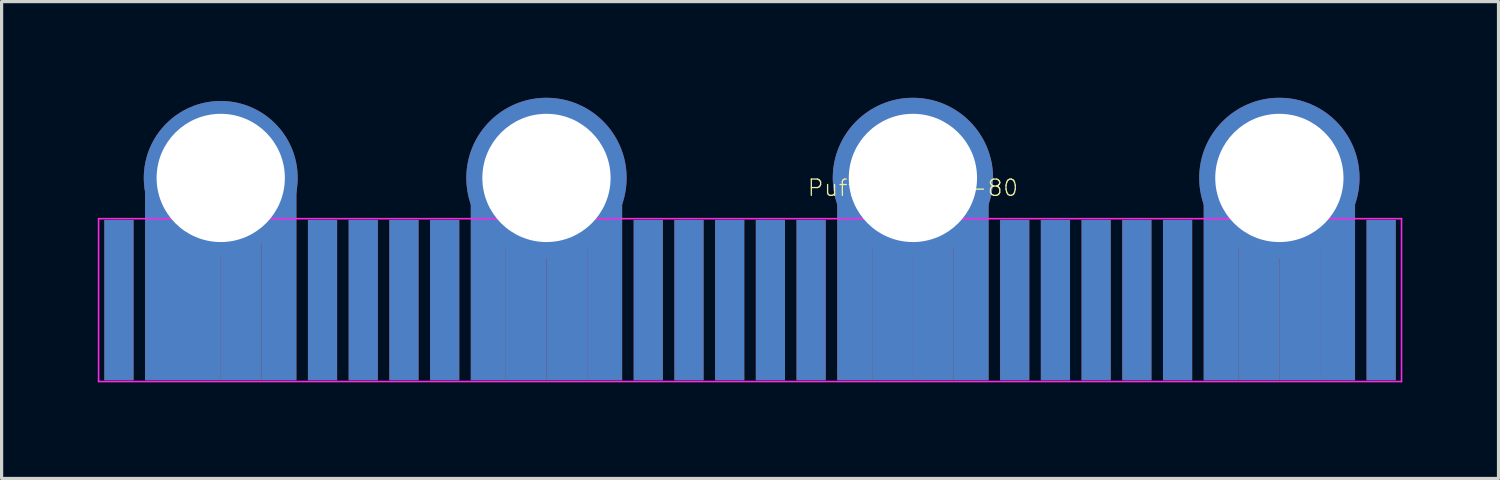
<source format=kicad_pcb>
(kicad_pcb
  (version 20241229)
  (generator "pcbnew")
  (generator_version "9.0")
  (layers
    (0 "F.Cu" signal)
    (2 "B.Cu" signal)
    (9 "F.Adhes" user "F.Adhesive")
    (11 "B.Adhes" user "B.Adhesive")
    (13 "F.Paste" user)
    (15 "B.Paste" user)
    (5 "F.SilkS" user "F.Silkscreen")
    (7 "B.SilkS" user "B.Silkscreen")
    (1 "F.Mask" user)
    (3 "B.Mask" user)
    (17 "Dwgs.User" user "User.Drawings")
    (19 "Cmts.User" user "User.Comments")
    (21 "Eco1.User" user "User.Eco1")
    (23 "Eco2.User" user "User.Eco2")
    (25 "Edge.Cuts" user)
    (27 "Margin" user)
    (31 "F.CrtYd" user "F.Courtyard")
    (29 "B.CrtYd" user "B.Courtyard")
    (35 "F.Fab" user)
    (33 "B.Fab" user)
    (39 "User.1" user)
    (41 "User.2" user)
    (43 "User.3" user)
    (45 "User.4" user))
  (footprint "Puffbit-Edge-80"
    (layer "F.Cu")
    (at 25.425 6.31)
    (property "Reference" "Puffbit-Edge-80" (at 0 -3.5 0) (layer "F.SilkS") (effects (font (size 0.508 0.508) (thickness 0.04))))
    (attr smd)
    (fp_line (start -25.4 -2.54) (end 15.24 -2.54) (stroke (width 0.05) (type solid)) (layer "F.CrtYd"))
    (fp_line (start -25.4 2.54) (end -25.4 -2.54) (stroke (width 0.05) (type solid)) (layer "F.CrtYd"))
    (fp_line (start 15.24 2.54) (end -25.4 2.54) (stroke (width 0.05) (type solid)) (layer "F.CrtYd"))
    (fp_line (start 15.24 2.54) (end 15.24 -2.54) (stroke (width 0.05) (type solid)) (layer "F.CrtYd"))
    (pad "1" smd rect (at -24.765 0) (size 0.91 5) (layers "B.Cu" "B.Mask" "B.Paste"))
    (pad "2" smd rect (at -24.765 0) (size 0.91 5) (layers "F.Cu" "F.Mask" "F.Paste"))
    (pad "3" smd rect (at -23.495 0) (size 1.09 6) (drill (offset 0.09 -0.5)) (layers "B.Cu" "B.Mask" "B.Paste"))
    (pad "4" smd rect (at -23.495 0) (size 1.09 6) (drill (offset 0.09 -0.5)) (layers "F.Cu" "F.Mask" "F.Paste"))
    (pad "5" smd rect (at -22.225 0) (size 1.27 5) (layers "B.Cu" "B.Mask" "B.Paste"))
    (pad "6" smd rect (at -22.225 0) (size 1.27 5) (layers "F.Cu" "F.Mask" "F.Paste"))
    (pad "7" smd rect (at -20.955 0) (size 1.27 5) (layers "B.Cu" "B.Mask" "B.Paste"))
    (pad "8" smd rect (at -20.955 0) (size 1.27 5) (layers "F.Cu" "F.Mask" "F.Paste"))
    (pad "9" smd rect (at -19.685 0) (size 1.09 6) (drill (offset -0.09 -0.5)) (layers "B.Cu" "B.Mask" "B.Paste"))
    (pad "10" smd rect (at -19.685 0) (size 1.09 6) (drill (offset -0.09 -0.5)) (layers "F.Cu" "F.Mask" "F.Paste"))
    (pad "11" smd rect (at -18.415 0) (size 0.91 5) (layers "B.Cu" "B.Mask" "B.Paste"))
    (pad "12" smd rect (at -18.415 0) (size 0.91 5) (layers "F.Cu" "F.Mask" "F.Paste"))
    (pad "13" smd rect (at -17.145 0) (size 0.91 5) (layers "B.Cu" "B.Mask" "B.Paste"))
    (pad "14" smd rect (at -17.145 0) (size 0.91 5) (layers "F.Cu" "F.Mask" "F.Paste"))
    (pad "15" smd rect (at -15.875 0) (size 0.91 5) (layers "B.Cu" "B.Mask" "B.Paste"))
    (pad "16" smd rect (at -15.875 0) (size 0.91 5) (layers "F.Cu" "F.Mask" "F.Paste"))
    (pad "17" smd rect (at -14.605 0) (size 0.91 5) (layers "B.Cu" "B.Mask" "B.Paste"))
    (pad "18" smd rect (at -14.605 0) (size 0.91 5) (layers "F.Cu" "F.Mask" "F.Paste"))
    (pad "19" smd rect (at -13.335 0) (size 1.09 6) (drill (offset 0.09 -0.5)) (layers "B.Cu" "B.Mask" "B.Paste"))
    (pad "20" smd rect (at -13.335 0) (size 1.09 6) (drill (offset 0.09 -0.5)) (layers "F.Cu" "F.Mask" "F.Paste"))
    (pad "21" smd rect (at -12.065 0) (size 1.27 5) (layers "B.Cu" "B.Mask" "B.Paste"))
    (pad "22" smd rect (at -12.065 0) (size 1.27 5) (layers "F.Cu" "F.Mask" "F.Paste"))
    (pad "23" smd rect (at -10.795 0) (size 1.27 5) (layers "B.Cu" "B.Mask" "B.Paste"))
    (pad "24" smd rect (at -10.795 0) (size 1.27 5) (layers "F.Cu" "F.Mask" "F.Paste"))
    (pad "25" smd rect (at -9.525 0) (size 1.09 6) (drill (offset -0.09 -0.5)) (layers "B.Cu" "B.Mask" "B.Paste"))
    (pad "26" smd rect (at -9.525 0) (size 1.09 6) (drill (offset -0.09 -0.5)) (layers "F.Cu" "F.Mask" "F.Paste"))
    (pad "27" smd rect (at -8.255 0) (size 0.91 5) (layers "B.Cu" "B.Mask" "B.Paste"))
    (pad "28" smd rect (at -8.255 0) (size 0.91 5) (layers "F.Cu" "F.Mask" "F.Paste"))
    (pad "29" smd rect (at -6.985 0) (size 0.91 5) (layers "B.Cu" "B.Mask" "B.Paste"))
    (pad "30" smd rect (at -6.985 0) (size 0.91 5) (layers "F.Cu" "F.Mask" "F.Paste"))
    (pad "31" smd rect (at -5.715 0) (size 0.91 5) (layers "B.Cu" "B.Mask" "B.Paste"))
    (pad "32" smd rect (at -5.715 0) (size 0.91 5) (layers "F.Cu" "F.Mask" "F.Paste"))
    (pad "33" smd rect (at -4.445 0) (size 0.91 5) (layers "B.Cu" "B.Mask" "B.Paste"))
    (pad "34" smd rect (at -4.445 0) (size 0.91 5) (layers "F.Cu" "F.Mask" "F.Paste"))
    (pad "35" smd rect (at -3.175 0) (size 0.91 5) (layers "B.Cu" "B.Mask" "B.Paste"))
    (pad "36" smd rect (at -3.175 0) (size 0.91 5) (layers "F.Cu" "F.Mask" "F.Paste"))
    (pad "37" smd rect (at -1.905 0) (size 1.09 6) (drill (offset 0.09 -0.5)) (layers "B.Cu" "B.Mask" "B.Paste"))
    (pad "38" smd rect (at -1.905 0) (size 1.09 6) (drill (offset 0.09 -0.5)) (layers "F.Cu" "F.Mask" "F.Paste"))
    (pad "39" smd rect (at -0.635 0) (size 1.27 5) (layers "B.Cu" "B.Mask" "B.Paste"))
    (pad "40" smd rect (at -0.635 0) (size 1.27 5) (layers "F.Cu" "F.Mask" "F.Paste"))
    (pad "41" smd rect (at 0.635 0) (size 1.27 5) (layers "B.Cu" "B.Mask" "B.Paste"))
    (pad "42" smd rect (at 0.635 0) (size 1.27 5) (layers "F.Cu" "F.Mask" "F.Paste"))
    (pad "43" smd rect (at 1.905 0) (size 1.09 6) (drill (offset -0.09 -0.5)) (layers "B.Cu" "B.Mask" "B.Paste"))
    (pad "44" smd rect (at 1.905 0) (size 1.09 6) (drill (offset -0.09 -0.5)) (layers "F.Cu" "F.Mask" "F.Paste"))
    (pad "45" smd rect (at 3.175 0) (size 0.91 5) (layers "B.Cu" "B.Mask" "B.Paste"))
    (pad "46" smd rect (at 3.175 0) (size 0.91 5) (layers "F.Cu" "F.Mask" "F.Paste"))
    (pad "47" smd rect (at 4.445 0) (size 0.91 5) (layers "B.Cu" "B.Mask" "B.Paste"))
    (pad "48" smd rect (at 4.445 0) (size 0.91 5) (layers "F.Cu" "F.Mask" "F.Paste"))
    (pad "49" smd rect (at 5.715 0) (size 0.91 5) (layers "B.Cu" "B.Mask" "B.Paste"))
    (pad "50" smd rect (at 5.715 0) (size 0.91 5) (layers "F.Cu" "F.Mask" "F.Paste"))
    (pad "51" smd rect (at 6.985 0) (size 0.91 5) (layers "B.Cu" "B.Mask" "B.Paste"))
    (pad "52" smd rect (at 6.985 0) (size 0.91 5) (layers "F.Cu" "F.Mask" "F.Paste"))
    (pad "53" smd rect (at 8.255 0) (size 0.91 5) (layers "B.Cu" "B.Mask" "B.Paste"))
    (pad "54" smd rect (at 8.255 0) (size 0.91 5) (layers "F.Cu" "F.Mask" "F.Paste"))
    (pad "55" smd rect (at 9.525 0) (size 1.09 6) (drill (offset 0.09 -0.5)) (layers "B.Cu" "B.Mask" "B.Paste"))
    (pad "56" smd rect (at 9.525 0) (size 1.09 6) (drill (offset 0.09 -0.5)) (layers "F.Cu" "F.Mask" "F.Paste"))
    (pad "57" smd rect (at 10.795 0) (size 1.27 5) (layers "B.Cu" "B.Mask" "B.Paste"))
    (pad "58" smd rect (at 10.795 0) (size 1.27 5) (layers "F.Cu" "F.Mask" "F.Paste"))
    (pad "59" smd rect (at 12.065 0) (size 1.27 5) (layers "B.Cu" "B.Mask" "B.Paste"))
    (pad "60" smd rect (at 12.065 0) (size 1.27 5) (layers "F.Cu" "F.Mask" "F.Paste"))
    (pad "61" smd rect (at 13.335 0) (size 1.09 6) (drill (offset -0.09 -0.5)) (layers "B.Cu" "B.Mask" "B.Paste"))
    (pad "62" smd rect (at 13.335 0) (size 1.09 6) (drill (offset -0.09 -0.5)) (layers "F.Cu" "F.Mask" "F.Paste"))
    (pad "63" smd rect (at 14.605 0) (size 0.91 5) (layers "B.Cu" "B.Mask" "B.Paste"))
    (pad "64" smd rect (at 14.605 0) (size 0.91 5) (layers "F.Cu" "F.Mask" "F.Paste"))
    (pad "81" thru_hole circle (at -21.59 -3.81) (size 4.8 4.8) (drill 4) (layers "*.Cu" "*.Mask"))
    (pad "82" thru_hole circle (at -11.43 -3.81) (size 5 5) (drill 4) (layers "*.Cu" "*.Mask"))
    (pad "83" thru_hole circle (at 0 -3.81) (size 5 5) (drill 4) (layers "*.Cu" "*.Mask"))
    (pad "84" thru_hole circle (at 11.43 -3.81) (size 5 5) (drill 4) (layers "*.Cu" "*.Mask")))
  (gr_rect
    (start -3 -3)
    (end 43.69 11.875)
    (stroke (width 0.1) (type default))
    (fill no)
    (layer "Edge.Cuts")))
</source>
